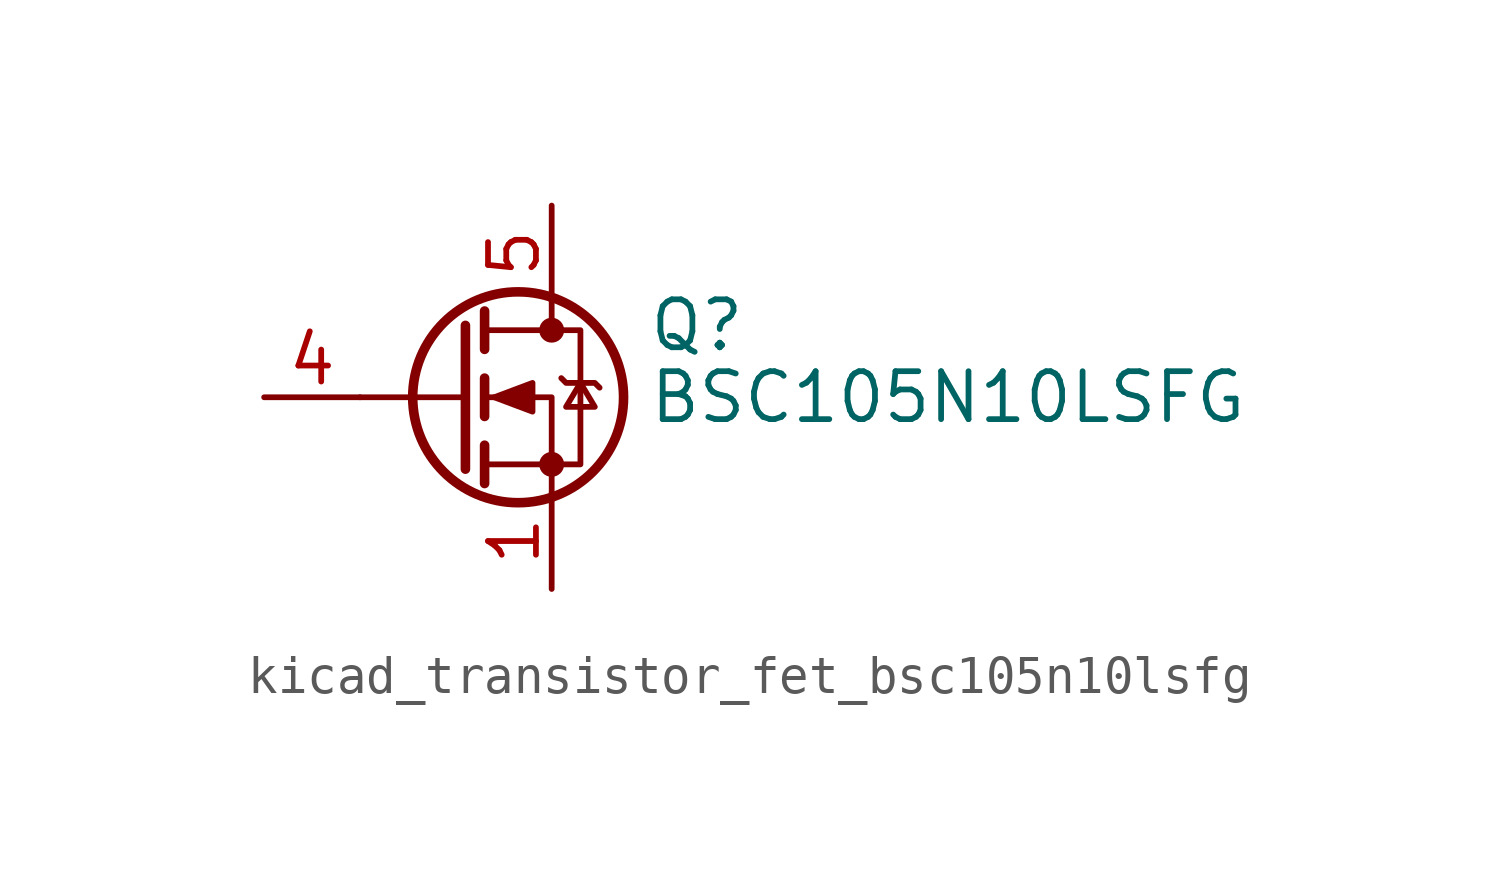
<source format=kicad_sym>
(kicad_symbol_lib
  (version 20220914)
  (generator kicad_symbol_editor)
  (symbol "kicad_transistor_fet_bsc105n10lsfg"
    (pin_names hide)
    (property "Reference" "Q"
      (at 5.08 1.905 0)
      (effects (font (size 1.27 1.27)) (justify left)))
    (property "Value" "BSC105N10LSFG"
      (at 5.08 0 0)
      (effects (font (size 1.27 1.27)) (justify left)))
    (symbol "kicad_transistor_fet_bsc105n10lsfg_0_1"
      (polyline (pts (xy 0.254 0) (xy -2.54 0)) (stroke (width 0) (type default)) (fill (type none)))
      (polyline (pts (xy 0.254 1.905) (xy 0.254 -1.905)) (stroke (width 0.254) (type default)) (fill (type none)))
      (polyline (pts (xy 0.762 -1.27) (xy 0.762 -2.286)) (stroke (width 0.254) (type default)) (fill (type none)))
      (polyline (pts (xy 0.762 0.508) (xy 0.762 -0.508)) (stroke (width 0.254) (type default)) (fill (type none)))
      (polyline (pts (xy 0.762 2.286) (xy 0.762 1.27)) (stroke (width 0.254) (type default)) (fill (type none)))
      (polyline (pts (xy 2.54 2.54) (xy 2.54 1.778)) (stroke (width 0) (type default)) (fill (type none)))
      (polyline (pts (xy 2.54 -2.54) (xy 2.54 0) (xy 0.762 0)) (stroke (width 0) (type default)) (fill (type none)))
      (polyline (pts (xy 0.762 -1.778) (xy 3.302 -1.778) (xy 3.302 1.778) (xy 0.762 1.778)) (stroke (width 0) (type default)) (fill (type none)))
      (polyline (pts (xy 1.016 0) (xy 2.032 0.381) (xy 2.032 -0.381) (xy 1.016 0)) (stroke (width 0) (type default)) (fill (type outline)))
      (polyline (pts (xy 2.794 0.508) (xy 2.921 0.381) (xy 3.683 0.381) (xy 3.81 0.254)) (stroke (width 0) (type default)) (fill (type none)))
      (polyline (pts (xy 3.302 0.381) (xy 2.921 -0.254) (xy 3.683 -0.254) (xy 3.302 0.381)) (stroke (width 0) (type default)) (fill (type none)))
      (circle (center 1.651 0) (radius 2.794) (stroke (width 0.254) (type default)) (fill (type none)))
      (circle (center 2.54 -1.778) (radius 0.254) (stroke (width 0) (type default)) (fill (type outline)))
      (circle (center 2.54 1.778) (radius 0.254) (stroke (width 0) (type default)) (fill (type outline))))
    (symbol "kicad_transistor_fet_bsc105n10lsfg_1_1"
      (pin passive line (at 2.54 -5.08 90) (length 2.54) (name "S" (effects (font (size 1.27 1.27)))) (number "1" (effects (font (size 1.27 1.27)))))
      (pin passive line (at 2.54 -5.08 90) (length 2.54) hide (name "S" (effects (font (size 1.27 1.27)))) (number "2" (effects (font (size 1.27 1.27)))))
      (pin passive line (at 2.54 -5.08 90) (length 2.54) hide (name "S" (effects (font (size 1.27 1.27)))) (number "3" (effects (font (size 1.27 1.27)))))
      (pin passive line (at -5.08 0 0) (length 2.54) (name "G" (effects (font (size 1.27 1.27)))) (number "4" (effects (font (size 1.27 1.27)))))
      (pin passive line (at 2.54 5.08 270) (length 2.54) (name "D" (effects (font (size 1.27 1.27)))) (number "5" (effects (font (size 1.27 1.27))))))))
</source>
